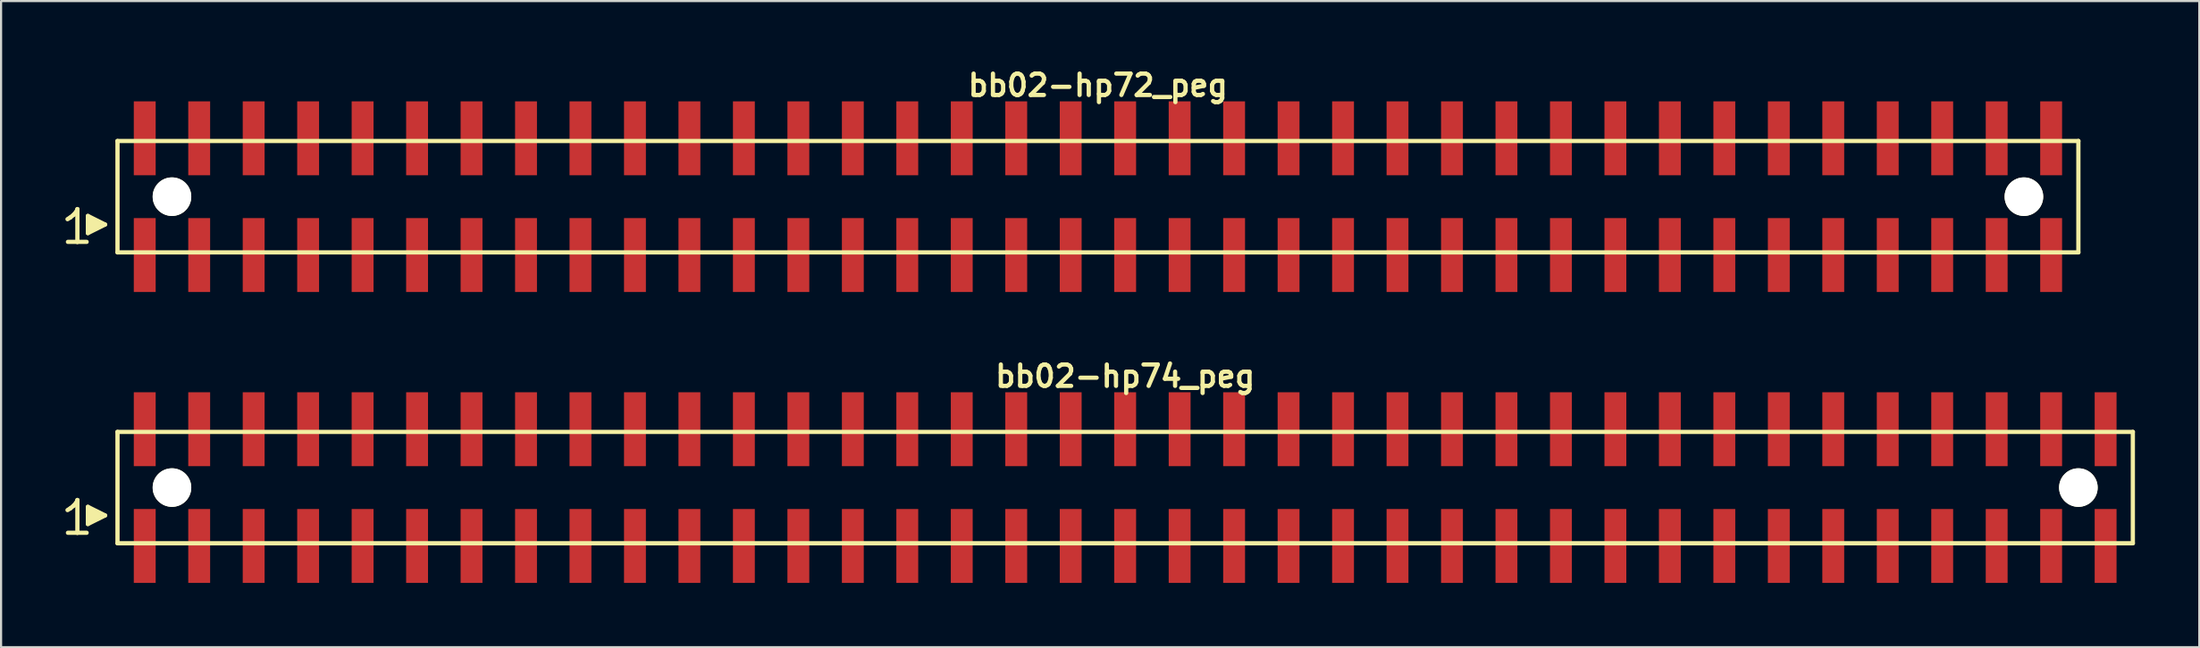
<source format=kicad_pcb>
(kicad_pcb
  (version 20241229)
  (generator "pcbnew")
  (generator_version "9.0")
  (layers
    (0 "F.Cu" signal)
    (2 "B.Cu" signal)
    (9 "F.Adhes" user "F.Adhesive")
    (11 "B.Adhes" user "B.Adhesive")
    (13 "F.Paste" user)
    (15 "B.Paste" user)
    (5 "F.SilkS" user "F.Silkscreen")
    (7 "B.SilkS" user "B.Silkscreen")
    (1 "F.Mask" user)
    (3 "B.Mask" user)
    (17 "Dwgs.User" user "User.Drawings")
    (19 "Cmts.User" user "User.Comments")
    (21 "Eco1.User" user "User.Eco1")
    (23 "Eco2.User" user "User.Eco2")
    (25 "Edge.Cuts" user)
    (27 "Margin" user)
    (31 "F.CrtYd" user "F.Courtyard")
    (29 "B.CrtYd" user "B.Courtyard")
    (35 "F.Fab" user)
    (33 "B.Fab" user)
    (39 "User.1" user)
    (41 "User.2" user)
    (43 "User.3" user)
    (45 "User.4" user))
  (footprint "bb02-hp72_peg"
    (layer "F.Cu")
    (at 48.149 6.132)
    (property "Reference" "bb02-hp72_peg" (at 0 -5.2 0) (layer "F.SilkS") (effects (font (size 0.998 0.998) (thickness 0.198))))
    (attr through_hole)
    (fp_line (start -48.05 1.05) (end -47.92 0.97) (stroke (width 0.198) (type solid)) (layer "F.SilkS"))
    (fp_line (start -47.92 0.97) (end -47.76 0.84) (stroke (width 0.198) (type solid)) (layer "F.SilkS"))
    (fp_line (start -47.76 0.84) (end -47.62 0.67) (stroke (width 0.198) (type solid)) (layer "F.SilkS"))
    (fp_line (start -47.62 0.67) (end -47.59 0.58) (stroke (width 0.198) (type solid)) (layer "F.SilkS"))
    (fp_line (start -47.59 0.58) (end -47.59 2.11) (stroke (width 0.198) (type solid)) (layer "F.SilkS"))
    (fp_line (start -47.59 2.11) (end -48.03 2.11) (stroke (width 0.198) (type solid)) (layer "F.SilkS"))
    (fp_line (start -47.16 2.11) (end -47.6 2.11) (stroke (width 0.198) (type solid)) (layer "F.SilkS"))
    (fp_line (start -47.1 0.9) (end -46.3 1.3) (stroke (width 0.198) (type solid)) (layer "F.SilkS"))
    (fp_line (start -47.1 1.7) (end -47.1 0.9) (stroke (width 0.198) (type solid)) (layer "F.SilkS"))
    (fp_line (start -47 1.6) (end -47 1) (stroke (width 0.198) (type solid)) (layer "F.SilkS"))
    (fp_line (start -46.9 1.1) (end -46.9 1.5) (stroke (width 0.198) (type solid)) (layer "F.SilkS"))
    (fp_line (start -46.8 1.5) (end -46.8 1.1) (stroke (width 0.198) (type solid)) (layer "F.SilkS"))
    (fp_line (start -46.7 1.2) (end -46.7 1.4) (stroke (width 0.198) (type solid)) (layer "F.SilkS"))
    (fp_line (start -46.6 1.4) (end -46.6 1.2) (stroke (width 0.198) (type solid)) (layer "F.SilkS"))
    (fp_line (start -46.3 1.3) (end -47.1 1.7) (stroke (width 0.198) (type solid)) (layer "F.SilkS"))
    (fp_line (start -45.72 -2.6) (end -45.72 2.6) (stroke (width 0.198) (type solid)) (layer "F.SilkS"))
    (fp_line (start -45.72 -2.6) (end 45.72 -2.6) (stroke (width 0.198) (type solid)) (layer "F.SilkS"))
    (fp_line (start 45.72 2.6) (end -45.72 2.6) (stroke (width 0.198) (type solid)) (layer "F.SilkS"))
    (fp_line (start 45.72 2.6) (end 45.72 -2.6) (stroke (width 0.198) (type solid)) (layer "F.SilkS"))
    (pad "" np_thru_hole circle (at -43.18 0) (size 1.8 1.8) (drill 1.8) (layers "*.Cu" "*.Mask" "F.SilkS"))
    (pad "" np_thru_hole circle (at 43.18 0) (size 1.8 1.8) (drill 1.8) (layers "*.Cu" "*.Mask" "F.SilkS"))
    (pad "1" smd rect (at -44.45 2.725) (size 1.02 3.45) (layers "F.Cu" "F.Mask" "F.Paste"))
    (pad "2" smd rect (at -44.45 -2.725) (size 1.02 3.45) (layers "F.Cu" "F.Mask" "F.Paste"))
    (pad "3" smd rect (at -41.91 2.725) (size 1.02 3.45) (layers "F.Cu" "F.Mask" "F.Paste"))
    (pad "4" smd rect (at -41.91 -2.725) (size 1.02 3.45) (layers "F.Cu" "F.Mask" "F.Paste"))
    (pad "5" smd rect (at -39.37 2.725) (size 1.02 3.45) (layers "F.Cu" "F.Mask" "F.Paste"))
    (pad "6" smd rect (at -39.37 -2.725) (size 1.02 3.45) (layers "F.Cu" "F.Mask" "F.Paste"))
    (pad "7" smd rect (at -36.83 2.725) (size 1.02 3.45) (layers "F.Cu" "F.Mask" "F.Paste"))
    (pad "8" smd rect (at -36.83 -2.725) (size 1.02 3.45) (layers "F.Cu" "F.Mask" "F.Paste"))
    (pad "9" smd rect (at -34.29 2.725) (size 1.02 3.45) (layers "F.Cu" "F.Mask" "F.Paste"))
    (pad "10" smd rect (at -34.29 -2.725) (size 1.02 3.45) (layers "F.Cu" "F.Mask" "F.Paste"))
    (pad "11" smd rect (at -31.75 2.725) (size 1.02 3.45) (layers "F.Cu" "F.Mask" "F.Paste"))
    (pad "12" smd rect (at -31.75 -2.725) (size 1.02 3.45) (layers "F.Cu" "F.Mask" "F.Paste"))
    (pad "13" smd rect (at -29.21 2.725) (size 1.02 3.45) (layers "F.Cu" "F.Mask" "F.Paste"))
    (pad "14" smd rect (at -29.21 -2.725) (size 1.02 3.45) (layers "F.Cu" "F.Mask" "F.Paste"))
    (pad "15" smd rect (at -26.67 2.725) (size 1.02 3.45) (layers "F.Cu" "F.Mask" "F.Paste"))
    (pad "16" smd rect (at -26.67 -2.725) (size 1.02 3.45) (layers "F.Cu" "F.Mask" "F.Paste"))
    (pad "17" smd rect (at -24.13 2.725) (size 1.02 3.45) (layers "F.Cu" "F.Mask" "F.Paste"))
    (pad "18" smd rect (at -24.13 -2.725) (size 1.02 3.45) (layers "F.Cu" "F.Mask" "F.Paste"))
    (pad "19" smd rect (at -21.59 2.725) (size 1.02 3.45) (layers "F.Cu" "F.Mask" "F.Paste"))
    (pad "20" smd rect (at -21.59 -2.725) (size 1.02 3.45) (layers "F.Cu" "F.Mask" "F.Paste"))
    (pad "21" smd rect (at -19.05 2.725) (size 1.02 3.45) (layers "F.Cu" "F.Mask" "F.Paste"))
    (pad "22" smd rect (at -19.05 -2.725) (size 1.02 3.45) (layers "F.Cu" "F.Mask" "F.Paste"))
    (pad "23" smd rect (at -16.51 2.725) (size 1.02 3.45) (layers "F.Cu" "F.Mask" "F.Paste"))
    (pad "24" smd rect (at -16.51 -2.725) (size 1.02 3.45) (layers "F.Cu" "F.Mask" "F.Paste"))
    (pad "25" smd rect (at -13.97 2.725) (size 1.02 3.45) (layers "F.Cu" "F.Mask" "F.Paste"))
    (pad "26" smd rect (at -13.97 -2.725) (size 1.02 3.45) (layers "F.Cu" "F.Mask" "F.Paste"))
    (pad "27" smd rect (at -11.43 2.725) (size 1.02 3.45) (layers "F.Cu" "F.Mask" "F.Paste"))
    (pad "28" smd rect (at -11.43 -2.725) (size 1.02 3.45) (layers "F.Cu" "F.Mask" "F.Paste"))
    (pad "29" smd rect (at -8.89 2.725) (size 1.02 3.45) (layers "F.Cu" "F.Mask" "F.Paste"))
    (pad "30" smd rect (at -8.89 -2.725) (size 1.02 3.45) (layers "F.Cu" "F.Mask" "F.Paste"))
    (pad "31" smd rect (at -6.35 2.725) (size 1.02 3.45) (layers "F.Cu" "F.Mask" "F.Paste"))
    (pad "32" smd rect (at -6.35 -2.725) (size 1.02 3.45) (layers "F.Cu" "F.Mask" "F.Paste"))
    (pad "33" smd rect (at -3.81 2.725) (size 1.02 3.45) (layers "F.Cu" "F.Mask" "F.Paste"))
    (pad "34" smd rect (at -3.81 -2.725) (size 1.02 3.45) (layers "F.Cu" "F.Mask" "F.Paste"))
    (pad "35" smd rect (at -1.27 2.725) (size 1.02 3.45) (layers "F.Cu" "F.Mask" "F.Paste"))
    (pad "36" smd rect (at -1.27 -2.725) (size 1.02 3.45) (layers "F.Cu" "F.Mask" "F.Paste"))
    (pad "37" smd rect (at 1.27 2.725) (size 1.02 3.45) (layers "F.Cu" "F.Mask" "F.Paste"))
    (pad "38" smd rect (at 1.27 -2.725) (size 1.02 3.45) (layers "F.Cu" "F.Mask" "F.Paste"))
    (pad "39" smd rect (at 3.81 2.725) (size 1.02 3.45) (layers "F.Cu" "F.Mask" "F.Paste"))
    (pad "40" smd rect (at 3.81 -2.725) (size 1.02 3.45) (layers "F.Cu" "F.Mask" "F.Paste"))
    (pad "41" smd rect (at 6.35 2.725) (size 1.02 3.45) (layers "F.Cu" "F.Mask" "F.Paste"))
    (pad "42" smd rect (at 6.35 -2.725) (size 1.02 3.45) (layers "F.Cu" "F.Mask" "F.Paste"))
    (pad "43" smd rect (at 8.89 2.725) (size 1.02 3.45) (layers "F.Cu" "F.Mask" "F.Paste"))
    (pad "44" smd rect (at 8.89 -2.725) (size 1.02 3.45) (layers "F.Cu" "F.Mask" "F.Paste"))
    (pad "45" smd rect (at 11.43 2.725) (size 1.02 3.45) (layers "F.Cu" "F.Mask" "F.Paste"))
    (pad "46" smd rect (at 11.43 -2.725) (size 1.02 3.45) (layers "F.Cu" "F.Mask" "F.Paste"))
    (pad "47" smd rect (at 13.97 2.725) (size 1.02 3.45) (layers "F.Cu" "F.Mask" "F.Paste"))
    (pad "48" smd rect (at 13.97 -2.725) (size 1.02 3.45) (layers "F.Cu" "F.Mask" "F.Paste"))
    (pad "49" smd rect (at 16.51 2.725) (size 1.02 3.45) (layers "F.Cu" "F.Mask" "F.Paste"))
    (pad "50" smd rect (at 16.51 -2.725) (size 1.02 3.45) (layers "F.Cu" "F.Mask" "F.Paste"))
    (pad "51" smd rect (at 19.05 2.725) (size 1.02 3.45) (layers "F.Cu" "F.Mask" "F.Paste"))
    (pad "52" smd rect (at 19.05 -2.725) (size 1.02 3.45) (layers "F.Cu" "F.Mask" "F.Paste"))
    (pad "53" smd rect (at 21.59 2.725) (size 1.02 3.45) (layers "F.Cu" "F.Mask" "F.Paste"))
    (pad "54" smd rect (at 21.59 -2.725) (size 1.02 3.45) (layers "F.Cu" "F.Mask" "F.Paste"))
    (pad "55" smd rect (at 24.13 2.725) (size 1.02 3.45) (layers "F.Cu" "F.Mask" "F.Paste"))
    (pad "56" smd rect (at 24.13 -2.725) (size 1.02 3.45) (layers "F.Cu" "F.Mask" "F.Paste"))
    (pad "57" smd rect (at 26.67 2.725) (size 1.02 3.45) (layers "F.Cu" "F.Mask" "F.Paste"))
    (pad "58" smd rect (at 26.67 -2.725) (size 1.02 3.45) (layers "F.Cu" "F.Mask" "F.Paste"))
    (pad "59" smd rect (at 29.21 2.725) (size 1.02 3.45) (layers "F.Cu" "F.Mask" "F.Paste"))
    (pad "60" smd rect (at 29.21 -2.725) (size 1.02 3.45) (layers "F.Cu" "F.Mask" "F.Paste"))
    (pad "61" smd rect (at 31.75 2.725) (size 1.02 3.45) (layers "F.Cu" "F.Mask" "F.Paste"))
    (pad "62" smd rect (at 31.75 -2.725) (size 1.02 3.45) (layers "F.Cu" "F.Mask" "F.Paste"))
    (pad "63" smd rect (at 34.29 2.725) (size 1.02 3.45) (layers "F.Cu" "F.Mask" "F.Paste"))
    (pad "64" smd rect (at 34.29 -2.725) (size 1.02 3.45) (layers "F.Cu" "F.Mask" "F.Paste"))
    (pad "65" smd rect (at 36.83 2.725) (size 1.02 3.45) (layers "F.Cu" "F.Mask" "F.Paste"))
    (pad "66" smd rect (at 36.83 -2.725) (size 1.02 3.45) (layers "F.Cu" "F.Mask" "F.Paste"))
    (pad "67" smd rect (at 39.37 2.725) (size 1.02 3.45) (layers "F.Cu" "F.Mask" "F.Paste"))
    (pad "68" smd rect (at 39.37 -2.725) (size 1.02 3.45) (layers "F.Cu" "F.Mask" "F.Paste"))
    (pad "69" smd rect (at 41.91 2.725) (size 1.02 3.45) (layers "F.Cu" "F.Mask" "F.Paste"))
    (pad "70" smd rect (at 41.91 -2.725) (size 1.02 3.45) (layers "F.Cu" "F.Mask" "F.Paste"))
    (pad "71" smd rect (at 44.45 2.725) (size 1.02 3.45) (layers "F.Cu" "F.Mask" "F.Paste"))
    (pad "72" smd rect (at 44.45 -2.725) (size 1.02 3.45) (layers "F.Cu" "F.Mask" "F.Paste")))
  (footprint "bb02-hp74_peg"
    (layer "F.Cu")
    (at 49.419 19.713)
    (property "Reference" "bb02-hp74_peg" (at 0 -5.2 0) (layer "F.SilkS") (effects (font (size 0.998 0.998) (thickness 0.198))))
    (attr through_hole)
    (fp_line (start -49.32 1.05) (end -49.19 0.97) (stroke (width 0.198) (type solid)) (layer "F.SilkS"))
    (fp_line (start -49.19 0.97) (end -49.03 0.84) (stroke (width 0.198) (type solid)) (layer "F.SilkS"))
    (fp_line (start -49.03 0.84) (end -48.89 0.67) (stroke (width 0.198) (type solid)) (layer "F.SilkS"))
    (fp_line (start -48.89 0.67) (end -48.86 0.58) (stroke (width 0.198) (type solid)) (layer "F.SilkS"))
    (fp_line (start -48.86 0.58) (end -48.86 2.11) (stroke (width 0.198) (type solid)) (layer "F.SilkS"))
    (fp_line (start -48.86 2.11) (end -49.3 2.11) (stroke (width 0.198) (type solid)) (layer "F.SilkS"))
    (fp_line (start -48.43 2.11) (end -48.87 2.11) (stroke (width 0.198) (type solid)) (layer "F.SilkS"))
    (fp_line (start -48.37 0.9) (end -47.57 1.3) (stroke (width 0.198) (type solid)) (layer "F.SilkS"))
    (fp_line (start -48.37 1.7) (end -48.37 0.9) (stroke (width 0.198) (type solid)) (layer "F.SilkS"))
    (fp_line (start -48.27 1.6) (end -48.27 1) (stroke (width 0.198) (type solid)) (layer "F.SilkS"))
    (fp_line (start -48.17 1.1) (end -48.17 1.5) (stroke (width 0.198) (type solid)) (layer "F.SilkS"))
    (fp_line (start -48.07 1.5) (end -48.07 1.1) (stroke (width 0.198) (type solid)) (layer "F.SilkS"))
    (fp_line (start -47.97 1.2) (end -47.97 1.4) (stroke (width 0.198) (type solid)) (layer "F.SilkS"))
    (fp_line (start -47.87 1.4) (end -47.87 1.2) (stroke (width 0.198) (type solid)) (layer "F.SilkS"))
    (fp_line (start -47.57 1.3) (end -48.37 1.7) (stroke (width 0.198) (type solid)) (layer "F.SilkS"))
    (fp_line (start -46.99 -2.6) (end -46.99 2.6) (stroke (width 0.198) (type solid)) (layer "F.SilkS"))
    (fp_line (start -46.99 -2.6) (end 46.99 -2.6) (stroke (width 0.198) (type solid)) (layer "F.SilkS"))
    (fp_line (start 46.99 2.6) (end -46.99 2.6) (stroke (width 0.198) (type solid)) (layer "F.SilkS"))
    (fp_line (start 46.99 2.6) (end 46.99 -2.6) (stroke (width 0.198) (type solid)) (layer "F.SilkS"))
    (pad "" np_thru_hole circle (at -44.45 0) (size 1.8 1.8) (drill 1.8) (layers "*.Cu" "*.Mask" "F.SilkS"))
    (pad "" np_thru_hole circle (at 44.45 0) (size 1.8 1.8) (drill 1.8) (layers "*.Cu" "*.Mask" "F.SilkS"))
    (pad "1" smd rect (at -45.72 2.725) (size 1.02 3.45) (layers "F.Cu" "F.Mask" "F.Paste"))
    (pad "2" smd rect (at -45.72 -2.725) (size 1.02 3.45) (layers "F.Cu" "F.Mask" "F.Paste"))
    (pad "3" smd rect (at -43.18 2.725) (size 1.02 3.45) (layers "F.Cu" "F.Mask" "F.Paste"))
    (pad "4" smd rect (at -43.18 -2.725) (size 1.02 3.45) (layers "F.Cu" "F.Mask" "F.Paste"))
    (pad "5" smd rect (at -40.64 2.725) (size 1.02 3.45) (layers "F.Cu" "F.Mask" "F.Paste"))
    (pad "6" smd rect (at -40.64 -2.725) (size 1.02 3.45) (layers "F.Cu" "F.Mask" "F.Paste"))
    (pad "7" smd rect (at -38.1 2.725) (size 1.02 3.45) (layers "F.Cu" "F.Mask" "F.Paste"))
    (pad "8" smd rect (at -38.1 -2.725) (size 1.02 3.45) (layers "F.Cu" "F.Mask" "F.Paste"))
    (pad "9" smd rect (at -35.56 2.725) (size 1.02 3.45) (layers "F.Cu" "F.Mask" "F.Paste"))
    (pad "10" smd rect (at -35.56 -2.725) (size 1.02 3.45) (layers "F.Cu" "F.Mask" "F.Paste"))
    (pad "11" smd rect (at -33.02 2.725) (size 1.02 3.45) (layers "F.Cu" "F.Mask" "F.Paste"))
    (pad "12" smd rect (at -33.02 -2.725) (size 1.02 3.45) (layers "F.Cu" "F.Mask" "F.Paste"))
    (pad "13" smd rect (at -30.48 2.725) (size 1.02 3.45) (layers "F.Cu" "F.Mask" "F.Paste"))
    (pad "14" smd rect (at -30.48 -2.725) (size 1.02 3.45) (layers "F.Cu" "F.Mask" "F.Paste"))
    (pad "15" smd rect (at -27.94 2.725) (size 1.02 3.45) (layers "F.Cu" "F.Mask" "F.Paste"))
    (pad "16" smd rect (at -27.94 -2.725) (size 1.02 3.45) (layers "F.Cu" "F.Mask" "F.Paste"))
    (pad "17" smd rect (at -25.4 2.725) (size 1.02 3.45) (layers "F.Cu" "F.Mask" "F.Paste"))
    (pad "18" smd rect (at -25.4 -2.725) (size 1.02 3.45) (layers "F.Cu" "F.Mask" "F.Paste"))
    (pad "19" smd rect (at -22.86 2.725) (size 1.02 3.45) (layers "F.Cu" "F.Mask" "F.Paste"))
    (pad "20" smd rect (at -22.86 -2.725) (size 1.02 3.45) (layers "F.Cu" "F.Mask" "F.Paste"))
    (pad "21" smd rect (at -20.32 2.725) (size 1.02 3.45) (layers "F.Cu" "F.Mask" "F.Paste"))
    (pad "22" smd rect (at -20.32 -2.725) (size 1.02 3.45) (layers "F.Cu" "F.Mask" "F.Paste"))
    (pad "23" smd rect (at -17.78 2.725) (size 1.02 3.45) (layers "F.Cu" "F.Mask" "F.Paste"))
    (pad "24" smd rect (at -17.78 -2.725) (size 1.02 3.45) (layers "F.Cu" "F.Mask" "F.Paste"))
    (pad "25" smd rect (at -15.24 2.725) (size 1.02 3.45) (layers "F.Cu" "F.Mask" "F.Paste"))
    (pad "26" smd rect (at -15.24 -2.725) (size 1.02 3.45) (layers "F.Cu" "F.Mask" "F.Paste"))
    (pad "27" smd rect (at -12.7 2.725) (size 1.02 3.45) (layers "F.Cu" "F.Mask" "F.Paste"))
    (pad "28" smd rect (at -12.7 -2.725) (size 1.02 3.45) (layers "F.Cu" "F.Mask" "F.Paste"))
    (pad "29" smd rect (at -10.16 2.725) (size 1.02 3.45) (layers "F.Cu" "F.Mask" "F.Paste"))
    (pad "30" smd rect (at -10.16 -2.725) (size 1.02 3.45) (layers "F.Cu" "F.Mask" "F.Paste"))
    (pad "31" smd rect (at -7.62 2.725) (size 1.02 3.45) (layers "F.Cu" "F.Mask" "F.Paste"))
    (pad "32" smd rect (at -7.62 -2.725) (size 1.02 3.45) (layers "F.Cu" "F.Mask" "F.Paste"))
    (pad "33" smd rect (at -5.08 2.725) (size 1.02 3.45) (layers "F.Cu" "F.Mask" "F.Paste"))
    (pad "34" smd rect (at -5.08 -2.725) (size 1.02 3.45) (layers "F.Cu" "F.Mask" "F.Paste"))
    (pad "35" smd rect (at -2.54 2.725) (size 1.02 3.45) (layers "F.Cu" "F.Mask" "F.Paste"))
    (pad "36" smd rect (at -2.54 -2.725) (size 1.02 3.45) (layers "F.Cu" "F.Mask" "F.Paste"))
    (pad "37" smd rect (at 0 2.725) (size 1.02 3.45) (layers "F.Cu" "F.Mask" "F.Paste"))
    (pad "38" smd rect (at 0 -2.725) (size 1.02 3.45) (layers "F.Cu" "F.Mask" "F.Paste"))
    (pad "39" smd rect (at 2.54 2.725) (size 1.02 3.45) (layers "F.Cu" "F.Mask" "F.Paste"))
    (pad "40" smd rect (at 2.54 -2.725) (size 1.02 3.45) (layers "F.Cu" "F.Mask" "F.Paste"))
    (pad "41" smd rect (at 5.08 2.725) (size 1.02 3.45) (layers "F.Cu" "F.Mask" "F.Paste"))
    (pad "42" smd rect (at 5.08 -2.725) (size 1.02 3.45) (layers "F.Cu" "F.Mask" "F.Paste"))
    (pad "43" smd rect (at 7.62 2.725) (size 1.02 3.45) (layers "F.Cu" "F.Mask" "F.Paste"))
    (pad "44" smd rect (at 7.62 -2.725) (size 1.02 3.45) (layers "F.Cu" "F.Mask" "F.Paste"))
    (pad "45" smd rect (at 10.16 2.725) (size 1.02 3.45) (layers "F.Cu" "F.Mask" "F.Paste"))
    (pad "46" smd rect (at 10.16 -2.725) (size 1.02 3.45) (layers "F.Cu" "F.Mask" "F.Paste"))
    (pad "47" smd rect (at 12.7 2.725) (size 1.02 3.45) (layers "F.Cu" "F.Mask" "F.Paste"))
    (pad "48" smd rect (at 12.7 -2.725) (size 1.02 3.45) (layers "F.Cu" "F.Mask" "F.Paste"))
    (pad "49" smd rect (at 15.24 2.725) (size 1.02 3.45) (layers "F.Cu" "F.Mask" "F.Paste"))
    (pad "50" smd rect (at 15.24 -2.725) (size 1.02 3.45) (layers "F.Cu" "F.Mask" "F.Paste"))
    (pad "51" smd rect (at 17.78 2.725) (size 1.02 3.45) (layers "F.Cu" "F.Mask" "F.Paste"))
    (pad "52" smd rect (at 17.78 -2.725) (size 1.02 3.45) (layers "F.Cu" "F.Mask" "F.Paste"))
    (pad "53" smd rect (at 20.32 2.725) (size 1.02 3.45) (layers "F.Cu" "F.Mask" "F.Paste"))
    (pad "54" smd rect (at 20.32 -2.725) (size 1.02 3.45) (layers "F.Cu" "F.Mask" "F.Paste"))
    (pad "55" smd rect (at 22.86 2.725) (size 1.02 3.45) (layers "F.Cu" "F.Mask" "F.Paste"))
    (pad "56" smd rect (at 22.86 -2.725) (size 1.02 3.45) (layers "F.Cu" "F.Mask" "F.Paste"))
    (pad "57" smd rect (at 25.4 2.725) (size 1.02 3.45) (layers "F.Cu" "F.Mask" "F.Paste"))
    (pad "58" smd rect (at 25.4 -2.725) (size 1.02 3.45) (layers "F.Cu" "F.Mask" "F.Paste"))
    (pad "59" smd rect (at 27.94 2.725) (size 1.02 3.45) (layers "F.Cu" "F.Mask" "F.Paste"))
    (pad "60" smd rect (at 27.94 -2.725) (size 1.02 3.45) (layers "F.Cu" "F.Mask" "F.Paste"))
    (pad "61" smd rect (at 30.48 2.725) (size 1.02 3.45) (layers "F.Cu" "F.Mask" "F.Paste"))
    (pad "62" smd rect (at 30.48 -2.725) (size 1.02 3.45) (layers "F.Cu" "F.Mask" "F.Paste"))
    (pad "63" smd rect (at 33.02 2.725) (size 1.02 3.45) (layers "F.Cu" "F.Mask" "F.Paste"))
    (pad "64" smd rect (at 33.02 -2.725) (size 1.02 3.45) (layers "F.Cu" "F.Mask" "F.Paste"))
    (pad "65" smd rect (at 35.56 2.725) (size 1.02 3.45) (layers "F.Cu" "F.Mask" "F.Paste"))
    (pad "66" smd rect (at 35.56 -2.725) (size 1.02 3.45) (layers "F.Cu" "F.Mask" "F.Paste"))
    (pad "67" smd rect (at 38.1 2.725) (size 1.02 3.45) (layers "F.Cu" "F.Mask" "F.Paste"))
    (pad "68" smd rect (at 38.1 -2.725) (size 1.02 3.45) (layers "F.Cu" "F.Mask" "F.Paste"))
    (pad "69" smd rect (at 40.64 2.725) (size 1.02 3.45) (layers "F.Cu" "F.Mask" "F.Paste"))
    (pad "70" smd rect (at 40.64 -2.725) (size 1.02 3.45) (layers "F.Cu" "F.Mask" "F.Paste"))
    (pad "71" smd rect (at 43.18 2.725) (size 1.02 3.45) (layers "F.Cu" "F.Mask" "F.Paste"))
    (pad "72" smd rect (at 43.18 -2.725) (size 1.02 3.45) (layers "F.Cu" "F.Mask" "F.Paste"))
    (pad "73" smd rect (at 45.72 2.725) (size 1.02 3.45) (layers "F.Cu" "F.Mask" "F.Paste"))
    (pad "74" smd rect (at 45.72 -2.725) (size 1.02 3.45) (layers "F.Cu" "F.Mask" "F.Paste")))
  (gr_rect
    (start -3 -3)
    (end 99.508 27.163)
    (stroke (width 0.1) (type default))
    (fill no)
    (layer "Edge.Cuts")))
</source>
